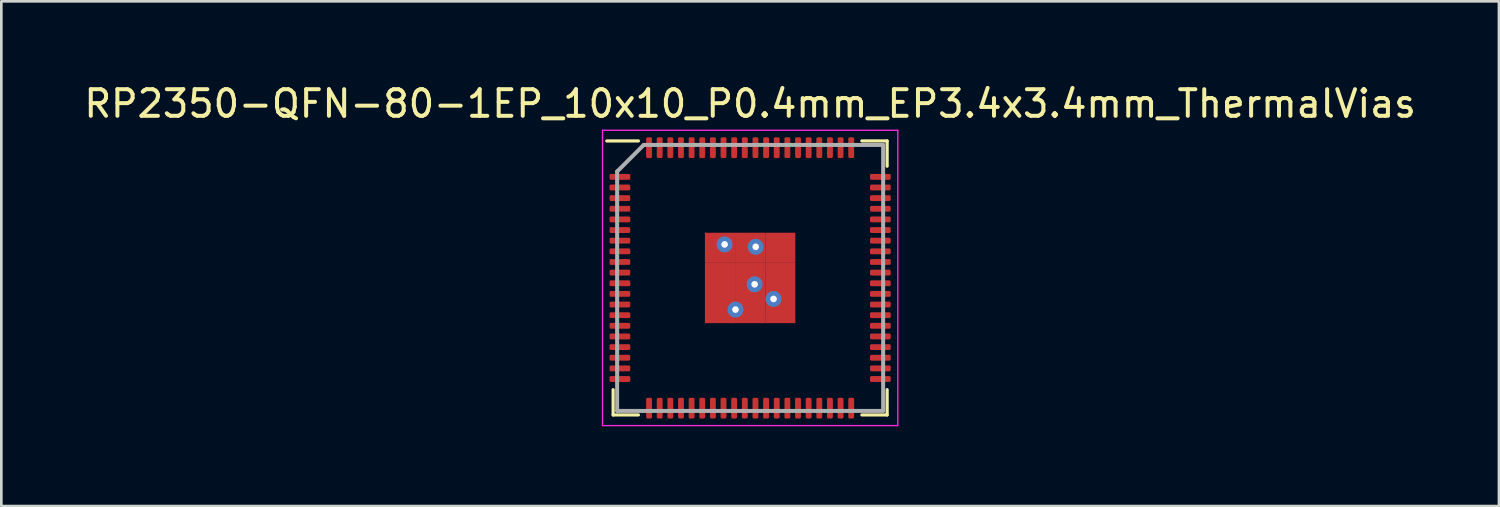
<source format=kicad_pcb>
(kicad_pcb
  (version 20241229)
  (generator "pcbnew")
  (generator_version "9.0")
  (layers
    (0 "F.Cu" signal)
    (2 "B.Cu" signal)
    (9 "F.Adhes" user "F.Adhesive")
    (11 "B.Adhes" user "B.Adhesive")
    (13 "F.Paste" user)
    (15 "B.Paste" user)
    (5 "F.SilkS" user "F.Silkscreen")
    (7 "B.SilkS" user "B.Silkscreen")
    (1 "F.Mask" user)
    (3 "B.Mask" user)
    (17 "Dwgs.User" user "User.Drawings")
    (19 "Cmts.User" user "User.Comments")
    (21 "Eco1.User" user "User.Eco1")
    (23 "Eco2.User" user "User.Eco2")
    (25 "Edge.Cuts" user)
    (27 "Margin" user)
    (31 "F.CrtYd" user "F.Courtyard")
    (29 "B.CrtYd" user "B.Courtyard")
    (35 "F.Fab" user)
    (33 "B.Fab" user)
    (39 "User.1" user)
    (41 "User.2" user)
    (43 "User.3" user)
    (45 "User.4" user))
  (footprint "RP2350-QFN-80-1EP_10x10_P0.4mm_EP3.4x3.4mm_ThermalVias"
    (layer "F.Cu")
    (at 25.149 7.398)
    (property "Reference" "RP2350-QFN-80-1EP_10x10_P0.4mm_EP3.4x3.4mm_ThermalVias" (at 0 -6.55 0) (layer "F.SilkS") (effects (font (size 1 1) (thickness 0.15))))
    (attr smd)
    (fp_line (start -5.15 5.15) (end -5.15 4.2) (stroke (width 0.12) (type default)) (layer "F.SilkS"))
    (fp_line (start -4.2 -5.15) (end -5.39 -5.15) (stroke (width 0.12) (type default)) (layer "F.SilkS"))
    (fp_line (start -4.2 5.15) (end -5.15 5.15) (stroke (width 0.12) (type default)) (layer "F.SilkS"))
    (fp_line (start 4.2 -5.15) (end 5.15 -5.15) (stroke (width 0.12) (type default)) (layer "F.SilkS"))
    (fp_line (start 4.2 5.15) (end 5.15 5.15) (stroke (width 0.12) (type default)) (layer "F.SilkS"))
    (fp_line (start 5.15 -5.15) (end 5.15 -4.2) (stroke (width 0.12) (type default)) (layer "F.SilkS"))
    (fp_line (start 5.15 5.15) (end 5.15 4.2) (stroke (width 0.12) (type default)) (layer "F.SilkS"))
    (fp_line (start -5.55 -5.55) (end 5.55 -5.55) (stroke (width 0.05) (type default)) (layer "F.CrtYd"))
    (fp_line (start -5.55 5.55) (end -5.55 -5.55) (stroke (width 0.05) (type default)) (layer "F.CrtYd"))
    (fp_line (start 5.55 -5.55) (end 5.55 5.55) (stroke (width 0.05) (type default)) (layer "F.CrtYd"))
    (fp_line (start 5.55 5.55) (end -5.55 5.55) (stroke (width 0.05) (type default)) (layer "F.CrtYd"))
    (fp_line (start -5 -4) (end -5 5) (stroke (width 0.15) (type default)) (layer "F.Fab"))
    (fp_line (start -5 5) (end 5 5) (stroke (width 0.15) (type default)) (layer "F.Fab"))
    (fp_line (start -4 -5) (end -5 -4) (stroke (width 0.15) (type default)) (layer "F.Fab"))
    (fp_line (start 5 -5) (end -4 -5) (stroke (width 0.15) (type default)) (layer "F.Fab"))
    (fp_line (start 5 5) (end 5 -5) (stroke (width 0.15) (type default)) (layer "F.Fab"))
    (pad "" smd roundrect (at -0.7 -0.7) (size 1.2 1.2) (layers "F.Paste") (roundrect_rratio 0.208))
    (pad "" smd roundrect (at -0.7 0.7) (size 1.2 1.2) (layers "F.Paste") (roundrect_rratio 0.208))
    (pad "" smd roundrect (at 0.7 -0.7) (size 1.2 1.2) (layers "F.Paste") (roundrect_rratio 0.208))
    (pad "" smd roundrect (at 0.7 0.7) (size 1.2 1.2) (layers "F.Paste") (roundrect_rratio 0.208))
    (pad "1" smd roundrect (at -4.896 -3.8 90) (size 0.22 0.78) (layers "F.Cu" "F.Mask" "F.Paste") (roundrect_rratio 0.25))
    (pad "2" smd roundrect (at -4.896 -3.4 90) (size 0.22 0.78) (layers "F.Cu" "F.Mask" "F.Paste") (roundrect_rratio 0.25))
    (pad "3" smd roundrect (at -4.896 -3 90) (size 0.22 0.78) (layers "F.Cu" "F.Mask" "F.Paste") (roundrect_rratio 0.25))
    (pad "4" smd roundrect (at -4.896 -2.6 90) (size 0.22 0.78) (layers "F.Cu" "F.Mask" "F.Paste") (roundrect_rratio 0.25))
    (pad "5" smd roundrect (at -4.896 -2.2 90) (size 0.22 0.78) (layers "F.Cu" "F.Mask" "F.Paste") (roundrect_rratio 0.25))
    (pad "6" smd roundrect (at -4.896 -1.8 90) (size 0.22 0.78) (layers "F.Cu" "F.Mask" "F.Paste") (roundrect_rratio 0.25))
    (pad "7" smd roundrect (at -4.896 -1.4 90) (size 0.22 0.78) (layers "F.Cu" "F.Mask" "F.Paste") (roundrect_rratio 0.25))
    (pad "8" smd roundrect (at -4.896 -1 90) (size 0.22 0.78) (layers "F.Cu" "F.Mask" "F.Paste") (roundrect_rratio 0.25))
    (pad "9" smd roundrect (at -4.896 -0.6 90) (size 0.22 0.78) (layers "F.Cu" "F.Mask" "F.Paste") (roundrect_rratio 0.25))
    (pad "10" smd roundrect (at -4.896 -0.2 90) (size 0.22 0.78) (layers "F.Cu" "F.Mask" "F.Paste") (roundrect_rratio 0.25))
    (pad "11" smd roundrect (at -4.896 0.2 90) (size 0.22 0.78) (layers "F.Cu" "F.Mask" "F.Paste") (roundrect_rratio 0.25))
    (pad "12" smd roundrect (at -4.896 0.6 90) (size 0.22 0.78) (layers "F.Cu" "F.Mask" "F.Paste") (roundrect_rratio 0.25))
    (pad "13" smd roundrect (at -4.896 1 90) (size 0.22 0.78) (layers "F.Cu" "F.Mask" "F.Paste") (roundrect_rratio 0.25))
    (pad "14" smd roundrect (at -4.896 1.4 90) (size 0.22 0.78) (layers "F.Cu" "F.Mask" "F.Paste") (roundrect_rratio 0.25))
    (pad "15" smd roundrect (at -4.896 1.8 90) (size 0.22 0.78) (layers "F.Cu" "F.Mask" "F.Paste") (roundrect_rratio 0.25))
    (pad "16" smd roundrect (at -4.896 2.2 90) (size 0.22 0.78) (layers "F.Cu" "F.Mask" "F.Paste") (roundrect_rratio 0.25))
    (pad "17" smd roundrect (at -4.896 2.6 90) (size 0.22 0.78) (layers "F.Cu" "F.Mask" "F.Paste") (roundrect_rratio 0.25))
    (pad "18" smd roundrect (at -4.896 3 90) (size 0.22 0.78) (layers "F.Cu" "F.Mask" "F.Paste") (roundrect_rratio 0.25))
    (pad "19" smd roundrect (at -4.896 3.4 90) (size 0.22 0.78) (layers "F.Cu" "F.Mask" "F.Paste") (roundrect_rratio 0.25))
    (pad "20" smd roundrect (at -4.896 3.8 90) (size 0.22 0.78) (layers "F.Cu" "F.Mask" "F.Paste") (roundrect_rratio 0.25))
    (pad "21" smd roundrect (at -3.8 4.896) (size 0.22 0.78) (layers "F.Cu" "F.Mask" "F.Paste") (roundrect_rratio 0.25))
    (pad "22" smd roundrect (at -3.4 4.896) (size 0.22 0.78) (layers "F.Cu" "F.Mask" "F.Paste") (roundrect_rratio 0.25))
    (pad "23" smd roundrect (at -3 4.896) (size 0.22 0.78) (layers "F.Cu" "F.Mask" "F.Paste") (roundrect_rratio 0.25))
    (pad "24" smd roundrect (at -2.6 4.896) (size 0.22 0.78) (layers "F.Cu" "F.Mask" "F.Paste") (roundrect_rratio 0.25))
    (pad "25" smd roundrect (at -2.2 4.896) (size 0.22 0.78) (layers "F.Cu" "F.Mask" "F.Paste") (roundrect_rratio 0.25))
    (pad "26" smd roundrect (at -1.8 4.896) (size 0.22 0.78) (layers "F.Cu" "F.Mask" "F.Paste") (roundrect_rratio 0.25))
    (pad "27" smd roundrect (at -1.4 4.896) (size 0.22 0.78) (layers "F.Cu" "F.Mask" "F.Paste") (roundrect_rratio 0.25))
    (pad "28" smd roundrect (at -1 4.896) (size 0.22 0.78) (layers "F.Cu" "F.Mask" "F.Paste") (roundrect_rratio 0.25))
    (pad "29" smd roundrect (at -0.6 4.896) (size 0.22 0.78) (layers "F.Cu" "F.Mask" "F.Paste") (roundrect_rratio 0.25))
    (pad "30" smd roundrect (at -0.2 4.896) (size 0.22 0.78) (layers "F.Cu" "F.Mask" "F.Paste") (roundrect_rratio 0.25))
    (pad "31" smd roundrect (at 0.2 4.896) (size 0.22 0.78) (layers "F.Cu" "F.Mask" "F.Paste") (roundrect_rratio 0.25))
    (pad "32" smd roundrect (at 0.6 4.896) (size 0.22 0.78) (layers "F.Cu" "F.Mask" "F.Paste") (roundrect_rratio 0.25))
    (pad "33" smd roundrect (at 1 4.896) (size 0.22 0.78) (layers "F.Cu" "F.Mask" "F.Paste") (roundrect_rratio 0.25))
    (pad "34" smd roundrect (at 1.4 4.896) (size 0.22 0.78) (layers "F.Cu" "F.Mask" "F.Paste") (roundrect_rratio 0.25))
    (pad "35" smd roundrect (at 1.8 4.896) (size 0.22 0.78) (layers "F.Cu" "F.Mask" "F.Paste") (roundrect_rratio 0.25))
    (pad "36" smd roundrect (at 2.2 4.896) (size 0.22 0.78) (layers "F.Cu" "F.Mask" "F.Paste") (roundrect_rratio 0.25))
    (pad "37" smd roundrect (at 2.6 4.896) (size 0.22 0.78) (layers "F.Cu" "F.Mask" "F.Paste") (roundrect_rratio 0.25))
    (pad "38" smd roundrect (at 3 4.896) (size 0.22 0.78) (layers "F.Cu" "F.Mask" "F.Paste") (roundrect_rratio 0.25))
    (pad "39" smd roundrect (at 3.4 4.896) (size 0.22 0.78) (layers "F.Cu" "F.Mask" "F.Paste") (roundrect_rratio 0.25))
    (pad "40" smd roundrect (at 3.8 4.896) (size 0.22 0.78) (layers "F.Cu" "F.Mask" "F.Paste") (roundrect_rratio 0.25))
    (pad "41" smd roundrect (at 4.896 3.8 90) (size 0.22 0.78) (layers "F.Cu" "F.Mask" "F.Paste") (roundrect_rratio 0.25))
    (pad "42" smd roundrect (at 4.896 3.4 90) (size 0.22 0.78) (layers "F.Cu" "F.Mask" "F.Paste") (roundrect_rratio 0.25))
    (pad "43" smd roundrect (at 4.896 3 90) (size 0.22 0.78) (layers "F.Cu" "F.Mask" "F.Paste") (roundrect_rratio 0.25))
    (pad "44" smd roundrect (at 4.896 2.6 90) (size 0.22 0.78) (layers "F.Cu" "F.Mask" "F.Paste") (roundrect_rratio 0.25))
    (pad "45" smd roundrect (at 4.896 2.2 90) (size 0.22 0.78) (layers "F.Cu" "F.Mask" "F.Paste") (roundrect_rratio 0.25))
    (pad "46" smd roundrect (at 4.896 1.8 90) (size 0.22 0.78) (layers "F.Cu" "F.Mask" "F.Paste") (roundrect_rratio 0.25))
    (pad "47" smd roundrect (at 4.896 1.4 90) (size 0.22 0.78) (layers "F.Cu" "F.Mask" "F.Paste") (roundrect_rratio 0.25))
    (pad "48" smd roundrect (at 4.896 1 90) (size 0.22 0.78) (layers "F.Cu" "F.Mask" "F.Paste") (roundrect_rratio 0.25))
    (pad "49" smd roundrect (at 4.896 0.6 90) (size 0.22 0.78) (layers "F.Cu" "F.Mask" "F.Paste") (roundrect_rratio 0.25))
    (pad "50" smd roundrect (at 4.896 0.2 90) (size 0.22 0.78) (layers "F.Cu" "F.Mask" "F.Paste") (roundrect_rratio 0.25))
    (pad "51" smd roundrect (at 4.896 -0.2 90) (size 0.22 0.78) (layers "F.Cu" "F.Mask" "F.Paste") (roundrect_rratio 0.25))
    (pad "52" smd roundrect (at 4.896 -0.6 90) (size 0.22 0.78) (layers "F.Cu" "F.Mask" "F.Paste") (roundrect_rratio 0.25))
    (pad "53" smd roundrect (at 4.896 -1 90) (size 0.22 0.78) (layers "F.Cu" "F.Mask" "F.Paste") (roundrect_rratio 0.25))
    (pad "54" smd roundrect (at 4.896 -1.4 90) (size 0.22 0.78) (layers "F.Cu" "F.Mask" "F.Paste") (roundrect_rratio 0.25))
    (pad "55" smd roundrect (at 4.896 -1.8 90) (size 0.22 0.78) (layers "F.Cu" "F.Mask" "F.Paste") (roundrect_rratio 0.25))
    (pad "56" smd roundrect (at 4.896 -2.2 90) (size 0.22 0.78) (layers "F.Cu" "F.Mask" "F.Paste") (roundrect_rratio 0.25))
    (pad "57" smd roundrect (at 4.896 -2.6 90) (size 0.22 0.78) (layers "F.Cu" "F.Mask" "F.Paste") (roundrect_rratio 0.25))
    (pad "58" smd roundrect (at 4.896 -3 90) (size 0.22 0.78) (layers "F.Cu" "F.Mask" "F.Paste") (roundrect_rratio 0.25))
    (pad "59" smd roundrect (at 4.896 -3.4 90) (size 0.22 0.78) (layers "F.Cu" "F.Mask" "F.Paste") (roundrect_rratio 0.25))
    (pad "60" smd roundrect (at 4.896 -3.8 90) (size 0.22 0.78) (layers "F.Cu" "F.Mask" "F.Paste") (roundrect_rratio 0.25))
    (pad "61" smd roundrect (at 3.8 -4.896) (size 0.22 0.78) (layers "F.Cu" "F.Mask" "F.Paste") (roundrect_rratio 0.25))
    (pad "62" smd roundrect (at 3.4 -4.896) (size 0.22 0.78) (layers "F.Cu" "F.Mask" "F.Paste") (roundrect_rratio 0.25))
    (pad "63" smd roundrect (at 3 -4.896) (size 0.22 0.78) (layers "F.Cu" "F.Mask" "F.Paste") (roundrect_rratio 0.25))
    (pad "64" smd roundrect (at 2.6 -4.896) (size 0.22 0.78) (layers "F.Cu" "F.Mask" "F.Paste") (roundrect_rratio 0.25))
    (pad "65" smd roundrect (at 2.2 -4.896) (size 0.22 0.78) (layers "F.Cu" "F.Mask" "F.Paste") (roundrect_rratio 0.25))
    (pad "66" smd roundrect (at 1.8 -4.896) (size 0.22 0.78) (layers "F.Cu" "F.Mask" "F.Paste") (roundrect_rratio 0.25))
    (pad "67" smd roundrect (at 1.4 -4.896) (size 0.22 0.78) (layers "F.Cu" "F.Mask" "F.Paste") (roundrect_rratio 0.25))
    (pad "68" smd roundrect (at 1 -4.896) (size 0.22 0.78) (layers "F.Cu" "F.Mask" "F.Paste") (roundrect_rratio 0.25))
    (pad "69" smd roundrect (at 0.6 -4.896) (size 0.22 0.78) (layers "F.Cu" "F.Mask" "F.Paste") (roundrect_rratio 0.25))
    (pad "70" smd roundrect (at 0.2 -4.896) (size 0.22 0.78) (layers "F.Cu" "F.Mask" "F.Paste") (roundrect_rratio 0.25))
    (pad "71" smd roundrect (at -0.2 -4.896) (size 0.22 0.78) (layers "F.Cu" "F.Mask" "F.Paste") (roundrect_rratio 0.25))
    (pad "72" smd roundrect (at -0.6 -4.896) (size 0.22 0.78) (layers "F.Cu" "F.Mask" "F.Paste") (roundrect_rratio 0.25))
    (pad "73" smd roundrect (at -1 -4.896) (size 0.22 0.78) (layers "F.Cu" "F.Mask" "F.Paste") (roundrect_rratio 0.25))
    (pad "74" smd roundrect (at -1.4 -4.896) (size 0.22 0.78) (layers "F.Cu" "F.Mask" "F.Paste") (roundrect_rratio 0.25))
    (pad "75" smd roundrect (at -1.8 -4.896) (size 0.22 0.78) (layers "F.Cu" "F.Mask" "F.Paste") (roundrect_rratio 0.25))
    (pad "76" smd roundrect (at -2.2 -4.896) (size 0.22 0.78) (layers "F.Cu" "F.Mask" "F.Paste") (roundrect_rratio 0.25))
    (pad "77" smd roundrect (at -2.6 -4.896) (size 0.22 0.78) (layers "F.Cu" "F.Mask" "F.Paste") (roundrect_rratio 0.25))
    (pad "78" smd roundrect (at -3 -4.896) (size 0.22 0.78) (layers "F.Cu" "F.Mask" "F.Paste") (roundrect_rratio 0.25))
    (pad "79" smd roundrect (at -3.4 -4.896) (size 0.22 0.78) (layers "F.Cu" "F.Mask" "F.Paste") (roundrect_rratio 0.25))
    (pad "80" smd roundrect (at -3.8 -4.896) (size 0.22 0.78) (layers "F.Cu" "F.Mask" "F.Paste") (roundrect_rratio 0.25))
    (pad "81" smd rect (at -1.133 -1.133) (size 1.133 1.133) (layers "F.Cu" "F.Mask" "F.Paste"))
    (pad "81" smd rect (at -1.133 0) (size 1.133 1.133) (layers "F.Cu" "F.Mask" "F.Paste"))
    (pad "81" smd rect (at -1.133 1.133) (size 1.133 1.133) (layers "F.Cu" "F.Mask" "F.Paste"))
    (pad "81" thru_hole circle (at -0.96 -1.26) (size 0.6 0.6) (drill 0.25) (layers "*.Cu" "*.Mask"))
    (pad "81" thru_hole circle (at -0.55 1.19) (size 0.6 0.6) (drill 0.25) (layers "*.Cu" "*.Mask"))
    (pad "81" smd rect (at 0 -1.133) (size 1.133 1.133) (layers "F.Cu" "F.Mask" "F.Paste"))
    (pad "81" smd rect (at 0 0) (size 1.133 1.133) (layers "F.Cu" "F.Mask" "F.Paste"))
    (pad "81" smd rect (at 0 1.133) (size 1.133 1.133) (layers "F.Cu" "F.Mask" "F.Paste"))
    (pad "81" thru_hole circle (at 0.17 0.24) (size 0.6 0.6) (drill 0.25) (layers "*.Cu" "*.Mask"))
    (pad "81" thru_hole circle (at 0.21 -1.17) (size 0.6 0.6) (drill 0.25) (layers "*.Cu" "*.Mask"))
    (pad "81" thru_hole circle (at 0.88 0.79) (size 0.6 0.6) (drill 0.25) (layers "*.Cu" "*.Mask"))
    (pad "81" smd rect (at 1.133 -1.133) (size 1.133 1.133) (layers "F.Cu" "F.Mask" "F.Paste"))
    (pad "81" smd rect (at 1.133 0) (size 1.133 1.133) (layers "F.Cu" "F.Mask" "F.Paste"))
    (pad "81" smd rect (at 1.133 1.133) (size 1.133 1.133) (layers "F.Cu" "F.Mask" "F.Paste")))
  (gr_rect
    (start -3 -3)
    (end 53.298 15.973)
    (stroke (width 0.1) (type default))
    (fill no)
    (layer "Edge.Cuts")))
</source>
